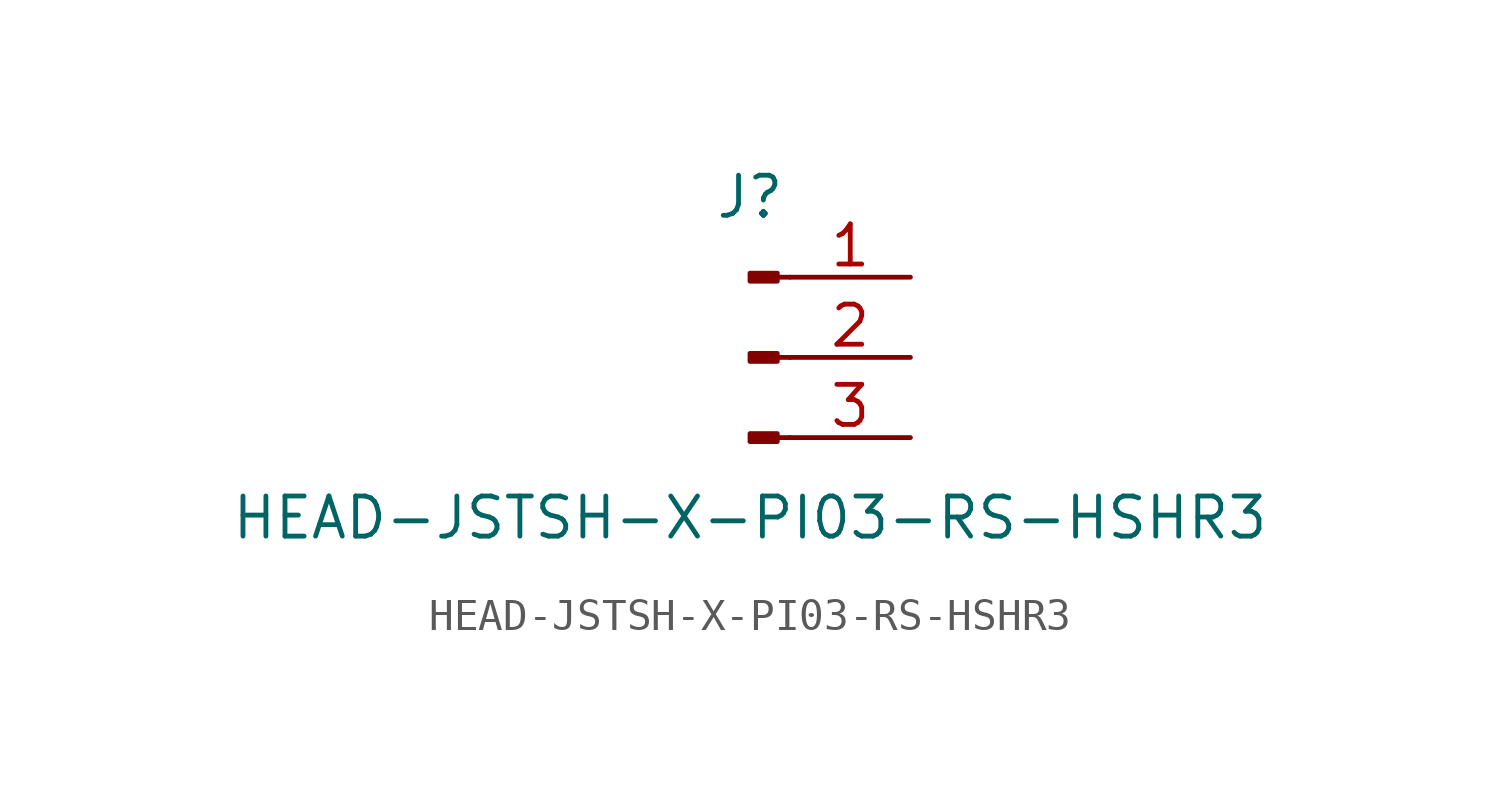
<source format=kicad_sym>
(kicad_symbol_lib
  (version 20211014)
  (generator kicad_symbol_editor)
  (symbol "HEAD-JSTSH-X-PI03-RS-HSHR3"
    (pin_names
      (offset 1.016) hide)
    (property "Reference" "J"
      (at 0 5.08 0)
      (effects (font (size 1.27 1.27))))
    (property "Value" "HEAD-JSTSH-X-PI03-RS-HSHR3"
      (at 0 -5.08 0)
      (effects (font (size 1.27 1.27))))
    (symbol "HEAD-JSTSH-X-PI03-RS-HSHR3_1_1"
      (polyline (pts (xy 1.27 -2.54) (xy 0.864 -2.54)) (stroke (width 0.152) (type default) (color 0 0 0 0)) (fill (type none)))
      (polyline (pts (xy 1.27 0) (xy 0.864 0)) (stroke (width 0.152) (type default) (color 0 0 0 0)) (fill (type none)))
      (polyline (pts (xy 1.27 2.54) (xy 0.864 2.54)) (stroke (width 0.152) (type default) (color 0 0 0 0)) (fill (type none)))
      (rectangle (start 0.864 -2.413) (end 0 -2.667) (stroke (width 0.152) (type default) (color 0 0 0 0)) (fill (type outline)))
      (rectangle (start 0.864 0.127) (end 0 -0.127) (stroke (width 0.152) (type default) (color 0 0 0 0)) (fill (type outline)))
      (rectangle (start 0.864 2.667) (end 0 2.413) (stroke (width 0.152) (type default) (color 0 0 0 0)) (fill (type outline)))
      (pin passive line (at 5.08 2.54 180) (length 3.81) (name "Pin_1" (effects (font (size 1.27 1.27)))) (number "1" (effects (font (size 1.27 1.27)))))
      (pin passive line (at 5.08 0 180) (length 3.81) (name "Pin_2" (effects (font (size 1.27 1.27)))) (number "2" (effects (font (size 1.27 1.27)))))
      (pin passive line (at 5.08 -2.54 180) (length 3.81) (name "Pin_3" (effects (font (size 1.27 1.27)))) (number "3" (effects (font (size 1.27 1.27))))))))
</source>
